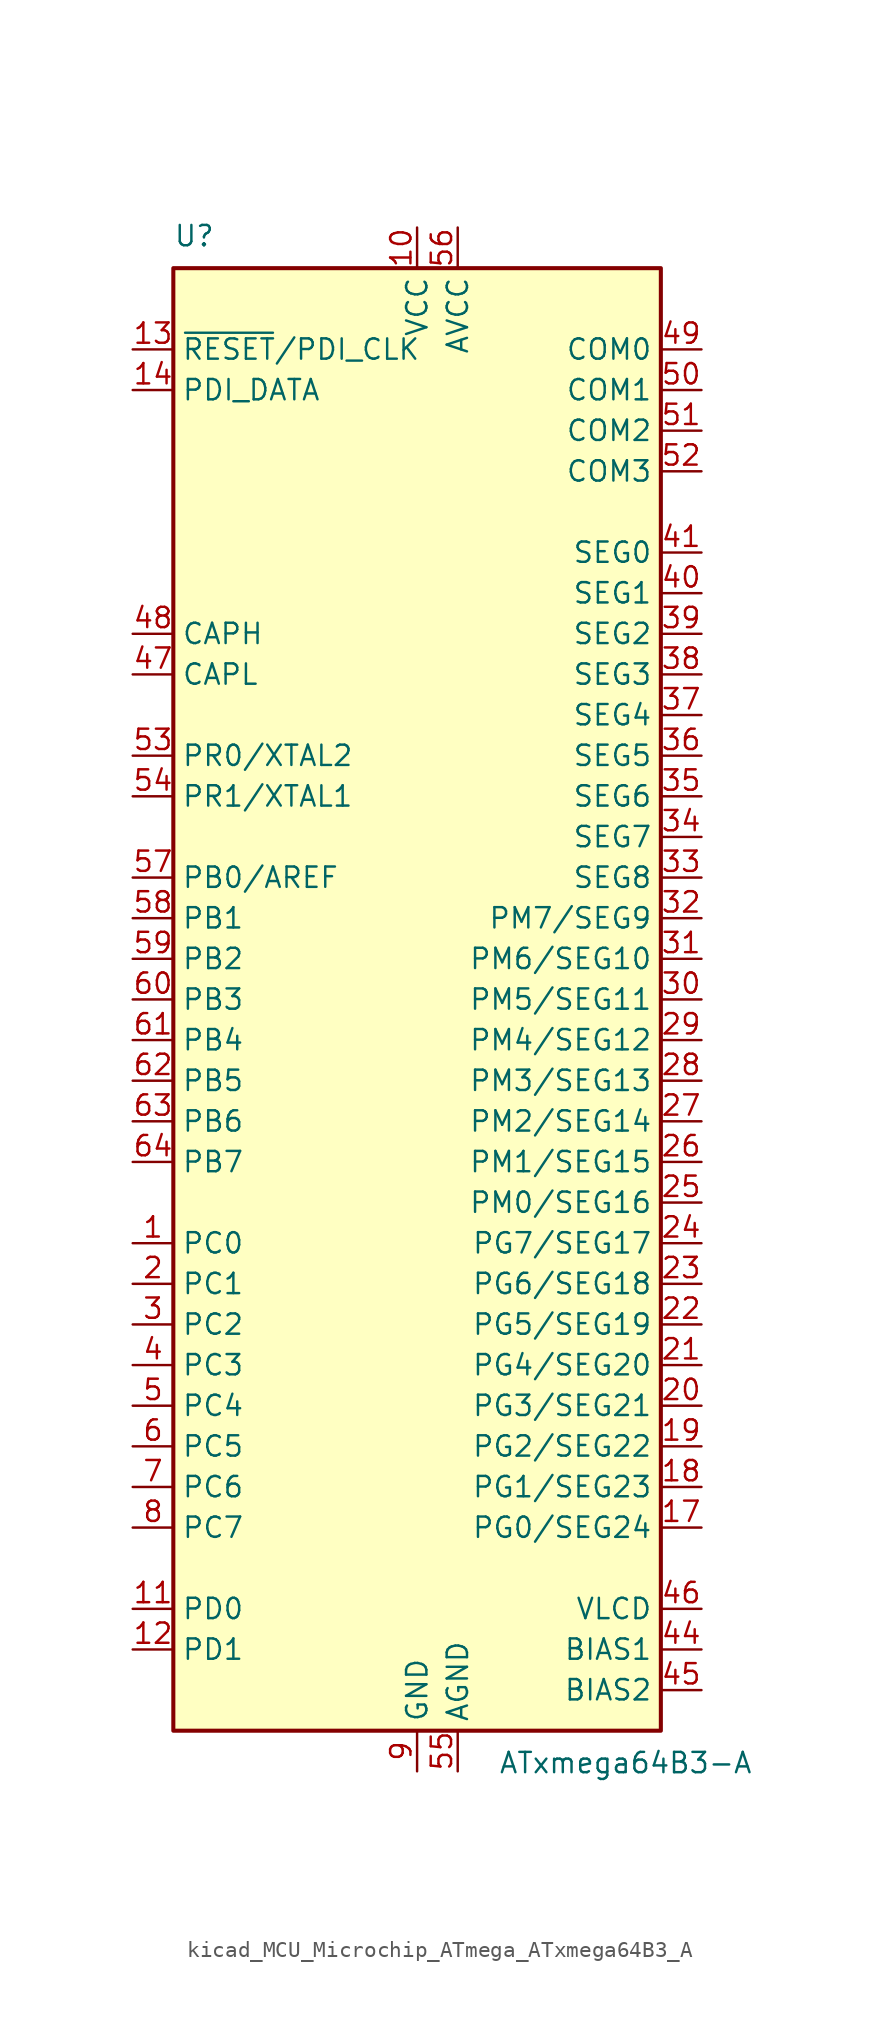
<source format=kicad_sym>
(kicad_symbol_lib
  (version 20220914)
  (generator kicad_symbol_editor)
  (symbol "kicad_MCU_Microchip_ATmega_ATxmega64B3_A"
    (property "Reference" "U"
      (at -15.24 46.99 0)
      (effects (font (size 1.27 1.27)) (justify left bottom)))
    (property "Value" "ATxmega64B3-A"
      (at 5.08 -46.99 0)
      (effects (font (size 1.27 1.27)) (justify left top)))
    (symbol "kicad_MCU_Microchip_ATmega_ATxmega64B3_A_0_1"
      (rectangle (start -15.24 -45.72) (end 15.24 45.72) (stroke (width 0.254) (type default)) (fill (type background))))
    (symbol "kicad_MCU_Microchip_ATmega_ATxmega64B3_A_1_1"
      (pin bidirectional line (at -17.78 -15.24 0) (length 2.54) (name "PC0" (effects (font (size 1.27 1.27)))) (number "1" (effects (font (size 1.27 1.27)))))
      (pin power_in line (at 0 48.26 270) (length 2.54) (name "VCC" (effects (font (size 1.27 1.27)))) (number "10" (effects (font (size 1.27 1.27)))))
      (pin bidirectional line (at -17.78 -38.1 0) (length 2.54) (name "PD0" (effects (font (size 1.27 1.27)))) (number "11" (effects (font (size 1.27 1.27)))))
      (pin bidirectional line (at -17.78 -40.64 0) (length 2.54) (name "PD1" (effects (font (size 1.27 1.27)))) (number "12" (effects (font (size 1.27 1.27)))))
      (pin input line (at -17.78 40.64 0) (length 2.54) (name "~{RESET}/PDI_CLK" (effects (font (size 1.27 1.27)))) (number "13" (effects (font (size 1.27 1.27)))))
      (pin bidirectional line (at -17.78 38.1 0) (length 2.54) (name "PDI_DATA" (effects (font (size 1.27 1.27)))) (number "14" (effects (font (size 1.27 1.27)))))
      (pin passive line (at 0 -48.26 90) (length 2.54) hide (name "GND" (effects (font (size 1.27 1.27)))) (number "15" (effects (font (size 1.27 1.27)))))
      (pin passive line (at 0 48.26 270) (length 2.54) hide (name "VCC" (effects (font (size 1.27 1.27)))) (number "16" (effects (font (size 1.27 1.27)))))
      (pin bidirectional line (at 17.78 -33.02 180) (length 2.54) (name "PG0/SEG24" (effects (font (size 1.27 1.27)))) (number "17" (effects (font (size 1.27 1.27)))))
      (pin bidirectional line (at 17.78 -30.48 180) (length 2.54) (name "PG1/SEG23" (effects (font (size 1.27 1.27)))) (number "18" (effects (font (size 1.27 1.27)))))
      (pin bidirectional line (at 17.78 -27.94 180) (length 2.54) (name "PG2/SEG22" (effects (font (size 1.27 1.27)))) (number "19" (effects (font (size 1.27 1.27)))))
      (pin bidirectional line (at -17.78 -17.78 0) (length 2.54) (name "PC1" (effects (font (size 1.27 1.27)))) (number "2" (effects (font (size 1.27 1.27)))))
      (pin bidirectional line (at 17.78 -25.4 180) (length 2.54) (name "PG3/SEG21" (effects (font (size 1.27 1.27)))) (number "20" (effects (font (size 1.27 1.27)))))
      (pin bidirectional line (at 17.78 -22.86 180) (length 2.54) (name "PG4/SEG20" (effects (font (size 1.27 1.27)))) (number "21" (effects (font (size 1.27 1.27)))))
      (pin bidirectional line (at 17.78 -20.32 180) (length 2.54) (name "PG5/SEG19" (effects (font (size 1.27 1.27)))) (number "22" (effects (font (size 1.27 1.27)))))
      (pin bidirectional line (at 17.78 -17.78 180) (length 2.54) (name "PG6/SEG18" (effects (font (size 1.27 1.27)))) (number "23" (effects (font (size 1.27 1.27)))))
      (pin bidirectional line (at 17.78 -15.24 180) (length 2.54) (name "PG7/SEG17" (effects (font (size 1.27 1.27)))) (number "24" (effects (font (size 1.27 1.27)))))
      (pin bidirectional line (at 17.78 -12.7 180) (length 2.54) (name "PM0/SEG16" (effects (font (size 1.27 1.27)))) (number "25" (effects (font (size 1.27 1.27)))))
      (pin bidirectional line (at 17.78 -10.16 180) (length 2.54) (name "PM1/SEG15" (effects (font (size 1.27 1.27)))) (number "26" (effects (font (size 1.27 1.27)))))
      (pin bidirectional line (at 17.78 -7.62 180) (length 2.54) (name "PM2/SEG14" (effects (font (size 1.27 1.27)))) (number "27" (effects (font (size 1.27 1.27)))))
      (pin bidirectional line (at 17.78 -5.08 180) (length 2.54) (name "PM3/SEG13" (effects (font (size 1.27 1.27)))) (number "28" (effects (font (size 1.27 1.27)))))
      (pin bidirectional line (at 17.78 -2.54 180) (length 2.54) (name "PM4/SEG12" (effects (font (size 1.27 1.27)))) (number "29" (effects (font (size 1.27 1.27)))))
      (pin bidirectional line (at -17.78 -20.32 0) (length 2.54) (name "PC2" (effects (font (size 1.27 1.27)))) (number "3" (effects (font (size 1.27 1.27)))))
      (pin bidirectional line (at 17.78 0 180) (length 2.54) (name "PM5/SEG11" (effects (font (size 1.27 1.27)))) (number "30" (effects (font (size 1.27 1.27)))))
      (pin bidirectional line (at 17.78 2.54 180) (length 2.54) (name "PM6/SEG10" (effects (font (size 1.27 1.27)))) (number "31" (effects (font (size 1.27 1.27)))))
      (pin bidirectional line (at 17.78 5.08 180) (length 2.54) (name "PM7/SEG9" (effects (font (size 1.27 1.27)))) (number "32" (effects (font (size 1.27 1.27)))))
      (pin output line (at 17.78 7.62 180) (length 2.54) (name "SEG8" (effects (font (size 1.27 1.27)))) (number "33" (effects (font (size 1.27 1.27)))))
      (pin output line (at 17.78 10.16 180) (length 2.54) (name "SEG7" (effects (font (size 1.27 1.27)))) (number "34" (effects (font (size 1.27 1.27)))))
      (pin output line (at 17.78 12.7 180) (length 2.54) (name "SEG6" (effects (font (size 1.27 1.27)))) (number "35" (effects (font (size 1.27 1.27)))))
      (pin output line (at 17.78 15.24 180) (length 2.54) (name "SEG5" (effects (font (size 1.27 1.27)))) (number "36" (effects (font (size 1.27 1.27)))))
      (pin output line (at 17.78 17.78 180) (length 2.54) (name "SEG4" (effects (font (size 1.27 1.27)))) (number "37" (effects (font (size 1.27 1.27)))))
      (pin output line (at 17.78 20.32 180) (length 2.54) (name "SEG3" (effects (font (size 1.27 1.27)))) (number "38" (effects (font (size 1.27 1.27)))))
      (pin output line (at 17.78 22.86 180) (length 2.54) (name "SEG2" (effects (font (size 1.27 1.27)))) (number "39" (effects (font (size 1.27 1.27)))))
      (pin bidirectional line (at -17.78 -22.86 0) (length 2.54) (name "PC3" (effects (font (size 1.27 1.27)))) (number "4" (effects (font (size 1.27 1.27)))))
      (pin output line (at 17.78 25.4 180) (length 2.54) (name "SEG1" (effects (font (size 1.27 1.27)))) (number "40" (effects (font (size 1.27 1.27)))))
      (pin output line (at 17.78 27.94 180) (length 2.54) (name "SEG0" (effects (font (size 1.27 1.27)))) (number "41" (effects (font (size 1.27 1.27)))))
      (pin passive line (at 0 -48.26 90) (length 2.54) hide (name "GND" (effects (font (size 1.27 1.27)))) (number "42" (effects (font (size 1.27 1.27)))))
      (pin passive line (at 0 48.26 270) (length 2.54) hide (name "VCC" (effects (font (size 1.27 1.27)))) (number "43" (effects (font (size 1.27 1.27)))))
      (pin power_out line (at 17.78 -40.64 180) (length 2.54) (name "BIAS1" (effects (font (size 1.27 1.27)))) (number "44" (effects (font (size 1.27 1.27)))))
      (pin power_out line (at 17.78 -43.18 180) (length 2.54) (name "BIAS2" (effects (font (size 1.27 1.27)))) (number "45" (effects (font (size 1.27 1.27)))))
      (pin power_out line (at 17.78 -38.1 180) (length 2.54) (name "VLCD" (effects (font (size 1.27 1.27)))) (number "46" (effects (font (size 1.27 1.27)))))
      (pin passive line (at -17.78 20.32 0) (length 2.54) (name "CAPL" (effects (font (size 1.27 1.27)))) (number "47" (effects (font (size 1.27 1.27)))))
      (pin passive line (at -17.78 22.86 0) (length 2.54) (name "CAPH" (effects (font (size 1.27 1.27)))) (number "48" (effects (font (size 1.27 1.27)))))
      (pin output line (at 17.78 40.64 180) (length 2.54) (name "COM0" (effects (font (size 1.27 1.27)))) (number "49" (effects (font (size 1.27 1.27)))))
      (pin bidirectional line (at -17.78 -25.4 0) (length 2.54) (name "PC4" (effects (font (size 1.27 1.27)))) (number "5" (effects (font (size 1.27 1.27)))))
      (pin output line (at 17.78 38.1 180) (length 2.54) (name "COM1" (effects (font (size 1.27 1.27)))) (number "50" (effects (font (size 1.27 1.27)))))
      (pin output line (at 17.78 35.56 180) (length 2.54) (name "COM2" (effects (font (size 1.27 1.27)))) (number "51" (effects (font (size 1.27 1.27)))))
      (pin output line (at 17.78 33.02 180) (length 2.54) (name "COM3" (effects (font (size 1.27 1.27)))) (number "52" (effects (font (size 1.27 1.27)))))
      (pin bidirectional line (at -17.78 15.24 0) (length 2.54) (name "PR0/XTAL2" (effects (font (size 1.27 1.27)))) (number "53" (effects (font (size 1.27 1.27)))))
      (pin bidirectional line (at -17.78 12.7 0) (length 2.54) (name "PR1/XTAL1" (effects (font (size 1.27 1.27)))) (number "54" (effects (font (size 1.27 1.27)))))
      (pin power_in line (at 2.54 -48.26 90) (length 2.54) (name "AGND" (effects (font (size 1.27 1.27)))) (number "55" (effects (font (size 1.27 1.27)))))
      (pin power_in line (at 2.54 48.26 270) (length 2.54) (name "AVCC" (effects (font (size 1.27 1.27)))) (number "56" (effects (font (size 1.27 1.27)))))
      (pin bidirectional line (at -17.78 7.62 0) (length 2.54) (name "PB0/AREF" (effects (font (size 1.27 1.27)))) (number "57" (effects (font (size 1.27 1.27)))))
      (pin bidirectional line (at -17.78 5.08 0) (length 2.54) (name "PB1" (effects (font (size 1.27 1.27)))) (number "58" (effects (font (size 1.27 1.27)))))
      (pin bidirectional line (at -17.78 2.54 0) (length 2.54) (name "PB2" (effects (font (size 1.27 1.27)))) (number "59" (effects (font (size 1.27 1.27)))))
      (pin bidirectional line (at -17.78 -27.94 0) (length 2.54) (name "PC5" (effects (font (size 1.27 1.27)))) (number "6" (effects (font (size 1.27 1.27)))))
      (pin bidirectional line (at -17.78 0 0) (length 2.54) (name "PB3" (effects (font (size 1.27 1.27)))) (number "60" (effects (font (size 1.27 1.27)))))
      (pin bidirectional line (at -17.78 -2.54 0) (length 2.54) (name "PB4" (effects (font (size 1.27 1.27)))) (number "61" (effects (font (size 1.27 1.27)))))
      (pin bidirectional line (at -17.78 -5.08 0) (length 2.54) (name "PB5" (effects (font (size 1.27 1.27)))) (number "62" (effects (font (size 1.27 1.27)))))
      (pin bidirectional line (at -17.78 -7.62 0) (length 2.54) (name "PB6" (effects (font (size 1.27 1.27)))) (number "63" (effects (font (size 1.27 1.27)))))
      (pin bidirectional line (at -17.78 -10.16 0) (length 2.54) (name "PB7" (effects (font (size 1.27 1.27)))) (number "64" (effects (font (size 1.27 1.27)))))
      (pin bidirectional line (at -17.78 -30.48 0) (length 2.54) (name "PC6" (effects (font (size 1.27 1.27)))) (number "7" (effects (font (size 1.27 1.27)))))
      (pin bidirectional line (at -17.78 -33.02 0) (length 2.54) (name "PC7" (effects (font (size 1.27 1.27)))) (number "8" (effects (font (size 1.27 1.27)))))
      (pin power_in line (at 0 -48.26 90) (length 2.54) (name "GND" (effects (font (size 1.27 1.27)))) (number "9" (effects (font (size 1.27 1.27))))))))
</source>
